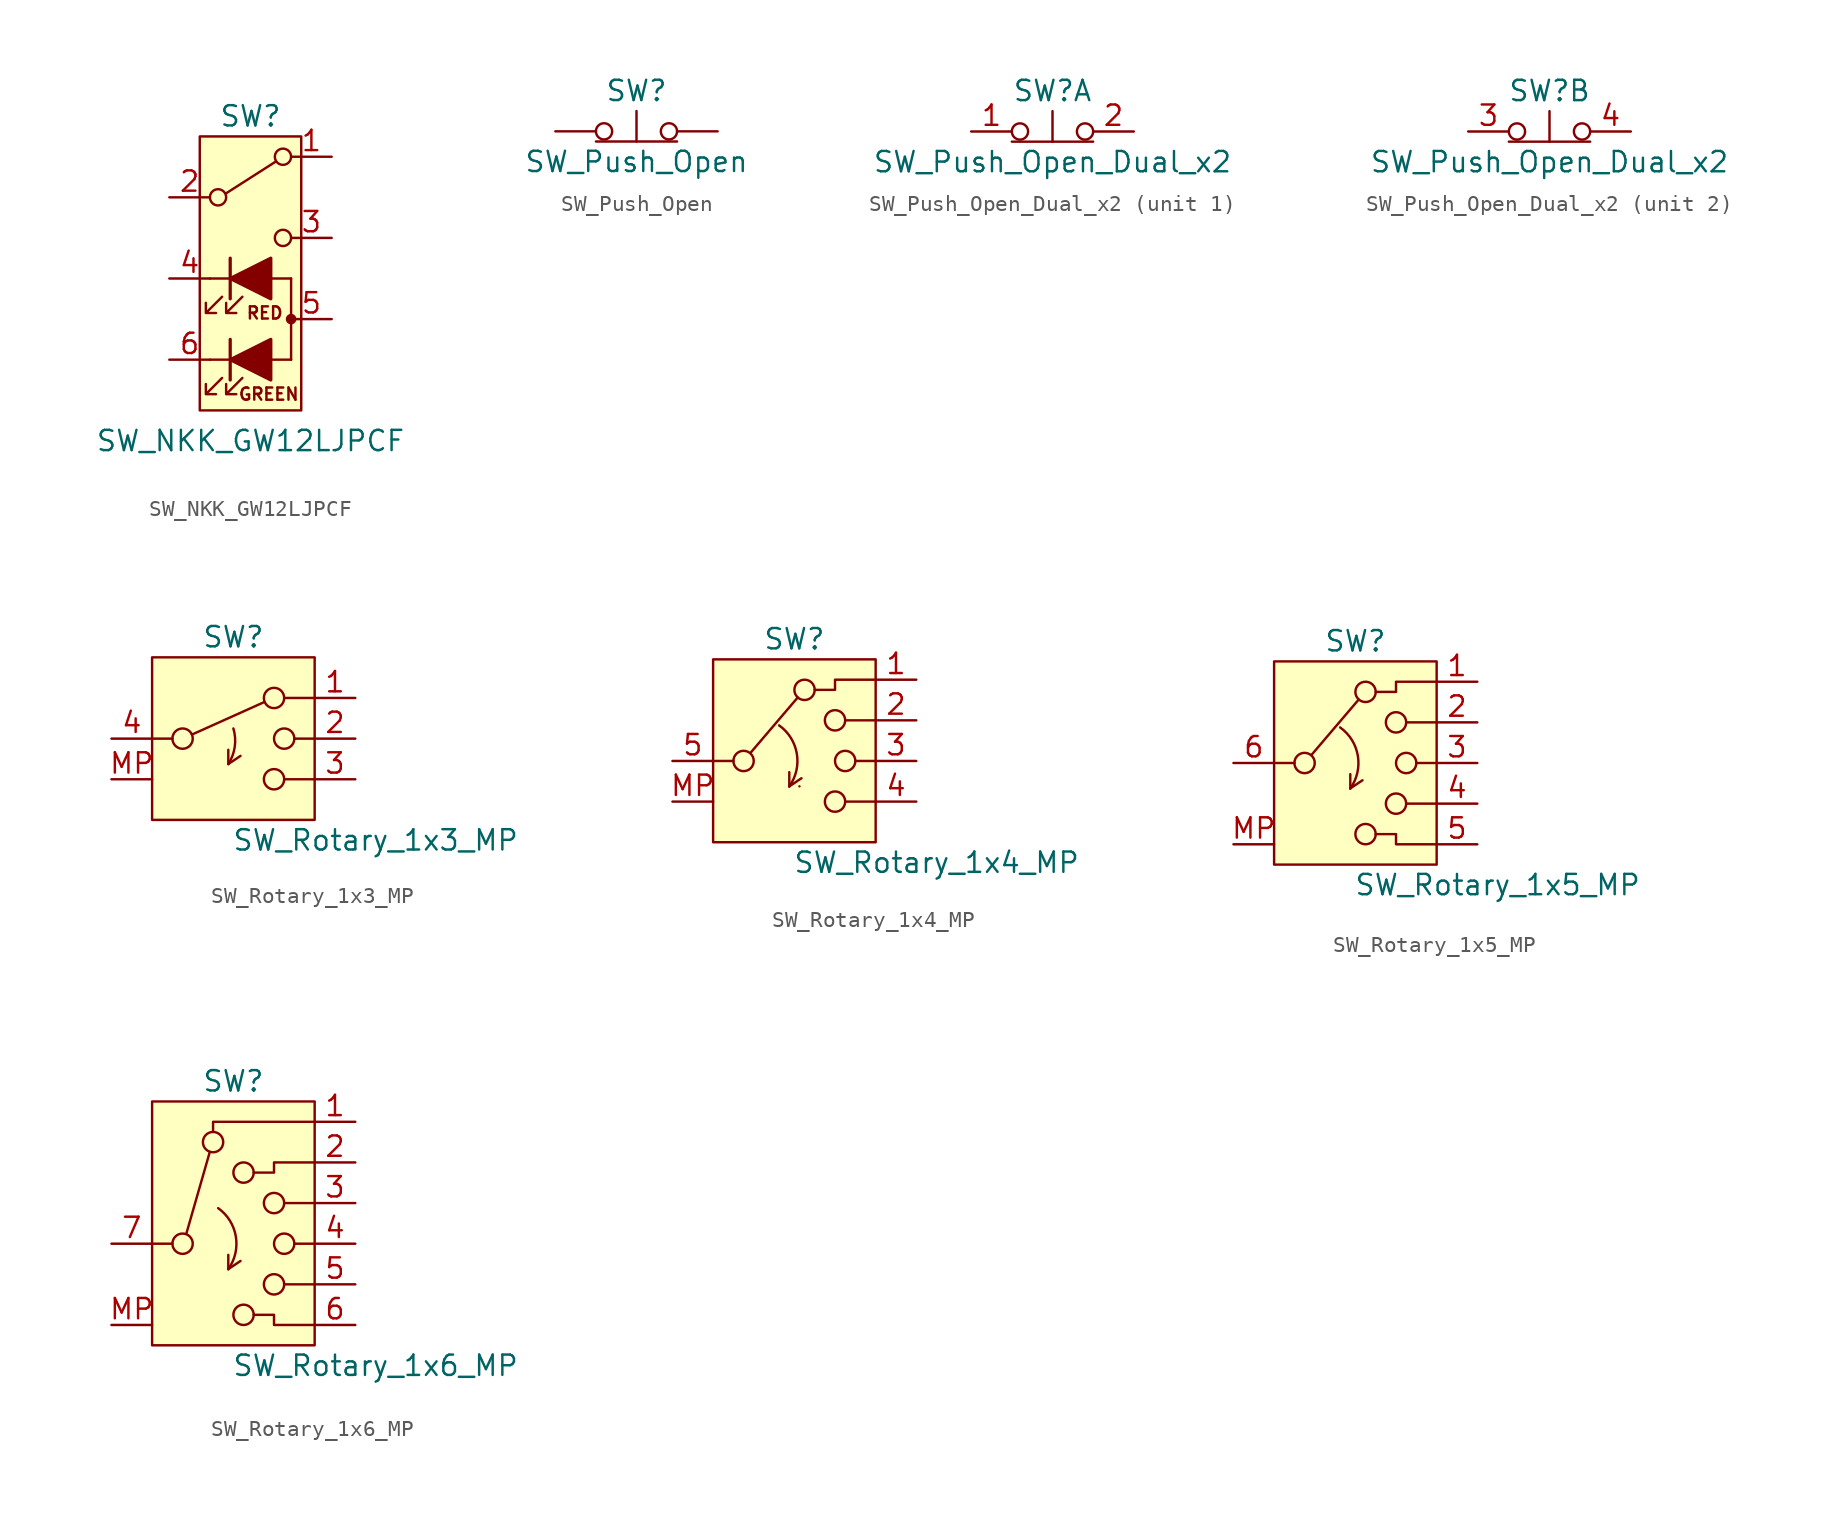
<source format=kicad_sym>
(kicad_symbol_lib
  (version 20241209)
  (generator "kicad_symbol_editor")
  (generator_version "9.0")
  (symbol "SW_NKK_GW12LJPCF"
    (pin_names
      (offset 1.016)
      (hide yes))
    (property "Reference" "SW"
      (at 0 10.16 0)
      (effects (font (size 1.27 1.27))))
    (property "Value" "SW_NKK_GW12LJPCF"
      (at 0 -10.16 0)
      (effects (font (size 1.27 1.27))))
    (symbol "SW_NKK_GW12LJPCF_0_0"
      (polyline (pts (xy -2.54 0) (xy 2.54 0)) (stroke (width 0) (type default)) (fill (type none)))
      (polyline (pts (xy -2.54 -5.08) (xy 2.54 -5.08)) (stroke (width 0) (type default)) (fill (type none)))
      (circle (center -2.032 5.08) (radius 0.508) (stroke (width 0) (type default)) (fill (type none)))
      (circle (center 2.032 2.54) (radius 0.508) (stroke (width 0) (type default)) (fill (type none)))
      (text "RED" (at 0.889 -2.159 0) (effects (font (size 0.762 0.762))))
      (text "GREEN" (at 1.143 -7.239 0) (effects (font (size 0.762 0.762)))))
    (symbol "SW_NKK_GW12LJPCF_0_1"
      (polyline (pts (xy -1.778 -1.143) (xy -2.794 -2.159) (xy -2.159 -2.159) (xy -2.794 -2.159) (xy -2.794 -1.524)) (stroke (width 0) (type default)) (fill (type none)))
      (polyline (pts (xy -1.778 -6.223) (xy -2.794 -7.239) (xy -2.159 -7.239) (xy -2.794 -7.239) (xy -2.794 -6.604)) (stroke (width 0) (type default)) (fill (type none)))
      (polyline (pts (xy -1.524 5.334) (xy 1.575 7.315)) (stroke (width 0) (type default)) (fill (type none)))
      (polyline (pts (xy -1.27 -1.27) (xy -1.27 1.27)) (stroke (width 0.203) (type default)) (fill (type none)))
      (polyline (pts (xy -1.27 -6.35) (xy -1.27 -3.81)) (stroke (width 0.203) (type default)) (fill (type none)))
      (polyline (pts (xy -0.508 -1.143) (xy -1.524 -2.159) (xy -0.889 -2.159) (xy -1.524 -2.159) (xy -1.524 -1.524)) (stroke (width 0) (type default)) (fill (type none)))
      (polyline (pts (xy -0.508 -6.223) (xy -1.524 -7.239) (xy -0.889 -7.239) (xy -1.524 -7.239) (xy -1.524 -6.604)) (stroke (width 0) (type default)) (fill (type none)))
      (circle (center 2.032 7.62) (radius 0.508) (stroke (width 0) (type default)) (fill (type none)))
      (polyline (pts (xy 2.54 0) (xy 2.54 -5.08)) (stroke (width 0) (type default)) (fill (type none)))
      (circle (center 2.54 -2.54) (radius 0.254) (stroke (width 0) (type default)) (fill (type outline)))
      (pin passive line (at -5.08 0 0) (length 2.54) (name "KR" (effects (font (size 1.27 1.27)))) (number "4" (effects (font (size 1.27 1.27)))))
      (pin passive line (at -5.08 -5.08 0) (length 2.54) (name "KG" (effects (font (size 1.27 1.27)))) (number "6" (effects (font (size 1.27 1.27)))))
      (pin passive line (at 5.08 -2.54 180) (length 2.54) (name "A" (effects (font (size 1.27 1.27)))) (number "5" (effects (font (size 1.27 1.27))))))
    (symbol "SW_NKK_GW12LJPCF_1_1"
      (rectangle (start -3.175 8.89) (end 3.175 -8.255) (stroke (width 0) (type default)) (fill (type background)))
      (polyline (pts (xy 1.27 -1.27) (xy 1.27 1.27) (xy -1.27 0) (xy 1.27 -1.27)) (stroke (width 0.203) (type default)) (fill (type outline)))
      (polyline (pts (xy 1.27 -6.35) (xy 1.27 -3.81) (xy -1.27 -5.08) (xy 1.27 -6.35)) (stroke (width 0.203) (type default)) (fill (type outline)))
      (pin passive line (at -5.08 5.08 0) (length 2.54) (name "B" (effects (font (size 1.27 1.27)))) (number "2" (effects (font (size 1.27 1.27)))))
      (pin passive line (at 5.08 7.62 180) (length 2.54) (name "A" (effects (font (size 1.27 1.27)))) (number "1" (effects (font (size 1.27 1.27)))))
      (pin passive line (at 5.08 2.54 180) (length 2.54) (name "C" (effects (font (size 1.27 1.27)))) (number "3" (effects (font (size 1.27 1.27)))))))
  (symbol "SW_Push_Open"
    (pin_numbers
      (hide yes))
    (pin_names
      (offset 1.016)
      (hide yes))
    (property "Reference" "SW"
      (at 0 2.54 0)
      (effects (font (size 1.27 1.27))))
    (property "Value" "SW_Push_Open"
      (at 0 -1.905 0)
      (effects (font (size 1.27 1.27))))
    (symbol "SW_Push_Open_0_1"
      (polyline (pts (xy -2.54 -0.635) (xy 2.54 -0.635)) (stroke (width 0) (type default)) (fill (type none)))
      (circle (center -2.032 0) (radius 0.508) (stroke (width 0) (type default)) (fill (type none)))
      (polyline (pts (xy 0 -0.635) (xy 0 1.27)) (stroke (width 0) (type default)) (fill (type none)))
      (circle (center 2.032 0) (radius 0.508) (stroke (width 0) (type default)) (fill (type none)))
      (pin passive line (at -5.08 0 0) (length 2.54) (name "A" (effects (font (size 1.27 1.27)))) (number "1" (effects (font (size 1.27 1.27))))))
    (symbol "SW_Push_Open_1_1"
      (pin passive line (at 5.08 0 180) (length 2.54) (name "B" (effects (font (size 1.27 1.27)))) (number "2" (effects (font (size 1.27 1.27)))))))
  (symbol "SW_Push_Open_Dual_x2"
    (pin_names
      (offset 1.016)
      (hide yes))
    (property "Reference" "SW"
      (at 0 2.54 0)
      (effects (font (size 1.27 1.27))))
    (property "Value" "SW_Push_Open_Dual_x2"
      (at 0 -1.905 0)
      (effects (font (size 1.27 1.27))))
    (symbol "SW_Push_Open_Dual_x2_0_1"
      (polyline (pts (xy -2.54 -0.635) (xy 2.54 -0.635)) (stroke (width 0) (type default)) (fill (type none)))
      (circle (center -2.032 0) (radius 0.508) (stroke (width 0) (type default)) (fill (type none)))
      (polyline (pts (xy 0 -0.635) (xy 0 1.27)) (stroke (width 0) (type default)) (fill (type none)))
      (circle (center 2.032 0) (radius 0.508) (stroke (width 0) (type default)) (fill (type none))))
    (symbol "SW_Push_Open_Dual_x2_1_1"
      (pin passive line (at -5.08 0 0) (length 2.54) (name "1" (effects (font (size 1.27 1.27)))) (number "1" (effects (font (size 1.27 1.27)))))
      (pin passive line (at 5.08 0 180) (length 2.54) (name "2" (effects (font (size 1.27 1.27)))) (number "2" (effects (font (size 1.27 1.27))))))
    (symbol "SW_Push_Open_Dual_x2_2_1"
      (pin passive line (at -5.08 0 0) (length 2.54) (name "1" (effects (font (size 1.27 1.27)))) (number "3" (effects (font (size 1.27 1.27)))))
      (pin passive line (at 5.08 0 180) (length 2.54) (name "2" (effects (font (size 1.27 1.27)))) (number "4" (effects (font (size 1.27 1.27)))))))
  (symbol "SW_Rotary_1x3_MP"
    (pin_names
      (hide yes))
    (property "Reference" "SW"
      (at 0 6.35 0)
      (effects (font (size 1.27 1.27))))
    (property "Value" "SW_Rotary_1x3_MP"
      (at 8.89 -6.35 0)
      (effects (font (size 1.27 1.27))))
    (symbol "SW_Rotary_1x3_MP_0_1"
      (polyline (pts (xy -5.08 0) (xy -3.81 0)) (stroke (width 0) (type default)) (fill (type none)))
      (circle (center -3.175 0) (radius 0.635) (stroke (width 0) (type default)) (fill (type none)))
      (polyline (pts (xy -2.591 0.254) (xy 1.93 2.286)) (stroke (width 0) (type default)) (fill (type none)))
      (arc (start 0 0.635) (mid 0.0861 -0.5113) (end -0.3176 -1.5875) (stroke (width 0) (type default)) (fill (type none)))
      (polyline (pts (xy -0.318 -1.587) (xy -0.318 -0.699)) (stroke (width 0) (type default)) (fill (type none)))
      (polyline (pts (xy -0.318 -1.587) (xy -0.318 -1.587)) (stroke (width 0) (type default)) (fill (type none)))
      (polyline (pts (xy -0.318 -1.587) (xy 0.444 -1.079)) (stroke (width 0) (type default)) (fill (type none)))
      (circle (center 2.54 2.54) (radius 0.635) (stroke (width 0) (type default)) (fill (type none)))
      (circle (center 2.54 -2.54) (radius 0.635) (stroke (width 0) (type default)) (fill (type none)))
      (circle (center 3.175 0) (radius 0.635) (stroke (width 0) (type default)) (fill (type none)))
      (polyline (pts (xy 5.08 2.54) (xy 3.175 2.54)) (stroke (width 0) (type default)) (fill (type none)))
      (polyline (pts (xy 5.08 0) (xy 3.81 0)) (stroke (width 0) (type default)) (fill (type none)))
      (polyline (pts (xy 5.08 -2.54) (xy 3.175 -2.54)) (stroke (width 0) (type default)) (fill (type none))))
    (symbol "SW_Rotary_1x3_MP_1_1"
      (rectangle (start -5.08 5.08) (end 5.08 -5.08) (stroke (width 0) (type default)) (fill (type background)))
      (pin passive line (at -7.62 0 0) (length 2.54) (name "" (effects (font (size 1.27 1.27)))) (number "4" (effects (font (size 1.27 1.27)))))
      (pin passive line (at -7.62 -2.54 0) (length 2.54) (name "" (effects (font (size 1.27 1.27)))) (number "MP" (effects (font (size 1.27 1.27)))))
      (pin passive line (at 7.62 2.54 180) (length 2.54) (name "" (effects (font (size 1.27 1.27)))) (number "1" (effects (font (size 1.27 1.27)))))
      (pin passive line (at 7.62 0 180) (length 2.54) (name "" (effects (font (size 1.27 1.27)))) (number "2" (effects (font (size 1.27 1.27)))))
      (pin passive line (at 7.62 -2.54 180) (length 2.54) (name "" (effects (font (size 1.27 1.27)))) (number "3" (effects (font (size 1.27 1.27)))))))
  (symbol "SW_Rotary_1x4_MP"
    (pin_names
      (hide yes))
    (property "Reference" "SW"
      (at 0 7.62 0)
      (effects (font (size 1.27 1.27))))
    (property "Value" "SW_Rotary_1x4_MP"
      (at 8.89 -6.35 0)
      (effects (font (size 1.27 1.27))))
    (symbol "SW_Rotary_1x4_MP_0_1"
      (polyline (pts (xy -5.08 0) (xy -3.81 0)) (stroke (width 0) (type default)) (fill (type none)))
      (circle (center -3.175 0) (radius 0.635) (stroke (width 0) (type default)) (fill (type none)))
      (polyline (pts (xy -2.743 0.508) (xy 0.203 3.962)) (stroke (width 0) (type default)) (fill (type none)))
      (arc (start -0.9526 2.2225) (mid 0.154 0.449) (end -0.3176 -1.5875) (stroke (width 0) (type default)) (fill (type none)))
      (polyline (pts (xy -0.318 -1.587) (xy -0.318 -0.699)) (stroke (width 0) (type default)) (fill (type none)))
      (polyline (pts (xy -0.318 -1.587) (xy -0.318 -1.587)) (stroke (width 0) (type default)) (fill (type none)))
      (polyline (pts (xy -0.318 -1.587) (xy 0.444 -1.079)) (stroke (width 0) (type default)) (fill (type none)))
      (polyline (pts (xy 0.317 -1.587) (xy 0.317 -1.587)) (stroke (width 0) (type default)) (fill (type none)))
      (circle (center 0.635 4.445) (radius 0.635) (stroke (width 0) (type default)) (fill (type none)))
      (circle (center 2.54 2.54) (radius 0.635) (stroke (width 0) (type default)) (fill (type none)))
      (circle (center 2.54 -2.54) (radius 0.635) (stroke (width 0) (type default)) (fill (type none)))
      (circle (center 3.175 0) (radius 0.635) (stroke (width 0) (type default)) (fill (type none)))
      (polyline (pts (xy 5.08 5.08) (xy 2.54 5.08) (xy 2.54 4.445) (xy 1.27 4.445)) (stroke (width 0) (type default)) (fill (type none)))
      (polyline (pts (xy 5.08 2.54) (xy 3.175 2.54)) (stroke (width 0) (type default)) (fill (type none)))
      (polyline (pts (xy 5.08 0) (xy 3.81 0)) (stroke (width 0) (type default)) (fill (type none)))
      (polyline (pts (xy 5.08 -2.54) (xy 3.175 -2.54)) (stroke (width 0) (type default)) (fill (type none))))
    (symbol "SW_Rotary_1x4_MP_1_1"
      (polyline (pts (xy -5.08 6.35) (xy 5.08 6.35) (xy 5.08 -5.08) (xy -5.08 -5.08) (xy -5.08 6.35) (xy -5.08 6.35)) (stroke (width 0) (type default)) (fill (type background)))
      (pin passive line (at -7.62 0 0) (length 2.54) (name "" (effects (font (size 1.27 1.27)))) (number "5" (effects (font (size 1.27 1.27)))))
      (pin passive line (at -7.62 -2.54 0) (length 2.54) (name "" (effects (font (size 1.27 1.27)))) (number "MP" (effects (font (size 1.27 1.27)))))
      (pin passive line (at 7.62 5.08 180) (length 2.54) (name "" (effects (font (size 1.27 1.27)))) (number "1" (effects (font (size 1.27 1.27)))))
      (pin passive line (at 7.62 2.54 180) (length 2.54) (name "" (effects (font (size 1.27 1.27)))) (number "2" (effects (font (size 1.27 1.27)))))
      (pin passive line (at 7.62 0 180) (length 2.54) (name "" (effects (font (size 1.27 1.27)))) (number "3" (effects (font (size 1.27 1.27)))))
      (pin passive line (at 7.62 -2.54 180) (length 2.54) (name "" (effects (font (size 1.27 1.27)))) (number "4" (effects (font (size 1.27 1.27)))))))
  (symbol "SW_Rotary_1x5_MP"
    (pin_names
      (hide yes))
    (property "Reference" "SW"
      (at 0 7.62 0)
      (effects (font (size 1.27 1.27))))
    (property "Value" "SW_Rotary_1x5_MP"
      (at 8.89 -7.62 0)
      (effects (font (size 1.27 1.27))))
    (symbol "SW_Rotary_1x5_MP_0_1"
      (polyline (pts (xy -5.08 0) (xy -3.81 0)) (stroke (width 0) (type default)) (fill (type none)))
      (circle (center -3.175 0) (radius 0.635) (stroke (width 0) (type default)) (fill (type none)))
      (polyline (pts (xy -2.743 0.508) (xy 0.203 3.962)) (stroke (width 0) (type default)) (fill (type none)))
      (arc (start -0.9526 2.2225) (mid 0.154 0.449) (end -0.3176 -1.5875) (stroke (width 0) (type default)) (fill (type none)))
      (polyline (pts (xy -0.318 -1.587) (xy -0.318 -0.699)) (stroke (width 0) (type default)) (fill (type none)))
      (polyline (pts (xy -0.318 -1.587) (xy -0.318 -1.587)) (stroke (width 0) (type default)) (fill (type none)))
      (polyline (pts (xy -0.318 -1.587) (xy 0.444 -1.079)) (stroke (width 0) (type default)) (fill (type none)))
      (circle (center 0.635 4.445) (radius 0.635) (stroke (width 0) (type default)) (fill (type none)))
      (circle (center 0.635 -4.445) (radius 0.635) (stroke (width 0) (type default)) (fill (type none)))
      (circle (center 2.54 2.54) (radius 0.635) (stroke (width 0) (type default)) (fill (type none)))
      (circle (center 2.54 -2.54) (radius 0.635) (stroke (width 0) (type default)) (fill (type none)))
      (circle (center 3.175 0) (radius 0.635) (stroke (width 0) (type default)) (fill (type none)))
      (polyline (pts (xy 5.08 5.08) (xy 2.54 5.08) (xy 2.54 4.445) (xy 1.27 4.445)) (stroke (width 0) (type default)) (fill (type none)))
      (polyline (pts (xy 5.08 2.54) (xy 3.175 2.54)) (stroke (width 0) (type default)) (fill (type none)))
      (polyline (pts (xy 5.08 0) (xy 3.81 0)) (stroke (width 0) (type default)) (fill (type none)))
      (polyline (pts (xy 5.08 -2.54) (xy 3.175 -2.54)) (stroke (width 0) (type default)) (fill (type none)))
      (polyline (pts (xy 5.08 -5.08) (xy 2.54 -5.08) (xy 2.54 -4.445) (xy 1.27 -4.445)) (stroke (width 0) (type default)) (fill (type none))))
    (symbol "SW_Rotary_1x5_MP_1_1"
      (polyline (pts (xy -5.08 6.35) (xy 5.08 6.35) (xy 5.08 -6.35) (xy -5.08 -6.35) (xy -5.08 6.35) (xy -5.08 6.35)) (stroke (width 0) (type default)) (fill (type background)))
      (pin passive line (at -7.62 0 0) (length 2.54) (name "" (effects (font (size 1.27 1.27)))) (number "6" (effects (font (size 1.27 1.27)))))
      (pin passive line (at -7.62 -5.08 0) (length 2.54) (name "" (effects (font (size 1.27 1.27)))) (number "MP" (effects (font (size 1.27 1.27)))))
      (pin passive line (at 7.62 5.08 180) (length 2.54) (name "" (effects (font (size 1.27 1.27)))) (number "1" (effects (font (size 1.27 1.27)))))
      (pin passive line (at 7.62 2.54 180) (length 2.54) (name "" (effects (font (size 1.27 1.27)))) (number "2" (effects (font (size 1.27 1.27)))))
      (pin passive line (at 7.62 0 180) (length 2.54) (name "" (effects (font (size 1.27 1.27)))) (number "3" (effects (font (size 1.27 1.27)))))
      (pin passive line (at 7.62 -2.54 180) (length 2.54) (name "" (effects (font (size 1.27 1.27)))) (number "4" (effects (font (size 1.27 1.27)))))
      (pin passive line (at 7.62 -5.08 180) (length 2.54) (name "" (effects (font (size 1.27 1.27)))) (number "5" (effects (font (size 1.27 1.27)))))))
  (symbol "SW_Rotary_1x6_MP"
    (pin_names
      (hide yes))
    (property "Reference" "SW"
      (at 0 10.16 0)
      (effects (font (size 1.27 1.27))))
    (property "Value" "SW_Rotary_1x6_MP"
      (at 8.89 -7.62 0)
      (effects (font (size 1.27 1.27))))
    (symbol "SW_Rotary_1x6_MP_0_1"
      (polyline (pts (xy -5.08 0) (xy -3.81 0)) (stroke (width 0) (type default)) (fill (type none)))
      (circle (center -3.175 0) (radius 0.635) (stroke (width 0) (type default)) (fill (type none)))
      (polyline (pts (xy -2.946 0.61) (xy -1.473 5.74)) (stroke (width 0) (type default)) (fill (type none)))
      (arc (start -0.9526 2.2225) (mid 0.154 0.449) (end -0.3176 -1.5875) (stroke (width 0) (type default)) (fill (type none)))
      (circle (center -1.27 6.35) (radius 0.635) (stroke (width 0) (type default)) (fill (type none)))
      (polyline (pts (xy -0.318 -1.587) (xy -0.318 -0.699)) (stroke (width 0) (type default)) (fill (type none)))
      (polyline (pts (xy -0.318 -1.587) (xy -0.318 -1.587)) (stroke (width 0) (type default)) (fill (type none)))
      (polyline (pts (xy -0.318 -1.587) (xy 0.444 -1.079)) (stroke (width 0) (type default)) (fill (type none)))
      (circle (center 0.635 4.445) (radius 0.635) (stroke (width 0) (type default)) (fill (type none)))
      (circle (center 0.635 -4.445) (radius 0.635) (stroke (width 0) (type default)) (fill (type none)))
      (circle (center 2.54 2.54) (radius 0.635) (stroke (width 0) (type default)) (fill (type none)))
      (circle (center 2.54 -2.54) (radius 0.635) (stroke (width 0) (type default)) (fill (type none)))
      (circle (center 3.175 0) (radius 0.635) (stroke (width 0) (type default)) (fill (type none)))
      (polyline (pts (xy 5.08 7.62) (xy -1.27 7.62) (xy -1.27 7.62) (xy -1.27 6.985)) (stroke (width 0) (type default)) (fill (type none)))
      (polyline (pts (xy 5.08 5.08) (xy 2.54 5.08) (xy 2.54 4.445) (xy 1.27 4.445)) (stroke (width 0) (type default)) (fill (type none)))
      (polyline (pts (xy 5.08 2.54) (xy 3.175 2.54)) (stroke (width 0) (type default)) (fill (type none)))
      (polyline (pts (xy 5.08 0) (xy 3.81 0)) (stroke (width 0) (type default)) (fill (type none)))
      (polyline (pts (xy 5.08 -2.54) (xy 3.175 -2.54)) (stroke (width 0) (type default)) (fill (type none)))
      (polyline (pts (xy 5.08 -5.08) (xy 2.54 -5.08) (xy 2.54 -4.445) (xy 1.27 -4.445)) (stroke (width 0) (type default)) (fill (type none))))
    (symbol "SW_Rotary_1x6_MP_1_1"
      (polyline (pts (xy -5.08 8.89) (xy 5.08 8.89) (xy 5.08 -6.35) (xy -5.08 -6.35) (xy -5.08 8.89) (xy -5.08 8.89)) (stroke (width 0) (type default)) (fill (type background)))
      (pin passive line (at -7.62 0 0) (length 2.54) (name "" (effects (font (size 1.27 1.27)))) (number "7" (effects (font (size 1.27 1.27)))))
      (pin passive line (at -7.62 -5.08 0) (length 2.54) (name "" (effects (font (size 1.27 1.27)))) (number "MP" (effects (font (size 1.27 1.27)))))
      (pin passive line (at 7.62 7.62 180) (length 2.54) (name "" (effects (font (size 1.27 1.27)))) (number "1" (effects (font (size 1.27 1.27)))))
      (pin passive line (at 7.62 5.08 180) (length 2.54) (name "" (effects (font (size 1.27 1.27)))) (number "2" (effects (font (size 1.27 1.27)))))
      (pin passive line (at 7.62 2.54 180) (length 2.54) (name "" (effects (font (size 1.27 1.27)))) (number "3" (effects (font (size 1.27 1.27)))))
      (pin passive line (at 7.62 0 180) (length 2.54) (name "" (effects (font (size 1.27 1.27)))) (number "4" (effects (font (size 1.27 1.27)))))
      (pin passive line (at 7.62 -2.54 180) (length 2.54) (name "" (effects (font (size 1.27 1.27)))) (number "5" (effects (font (size 1.27 1.27)))))
      (pin passive line (at 7.62 -5.08 180) (length 2.54) (name "" (effects (font (size 1.27 1.27)))) (number "6" (effects (font (size 1.27 1.27))))))))
</source>
